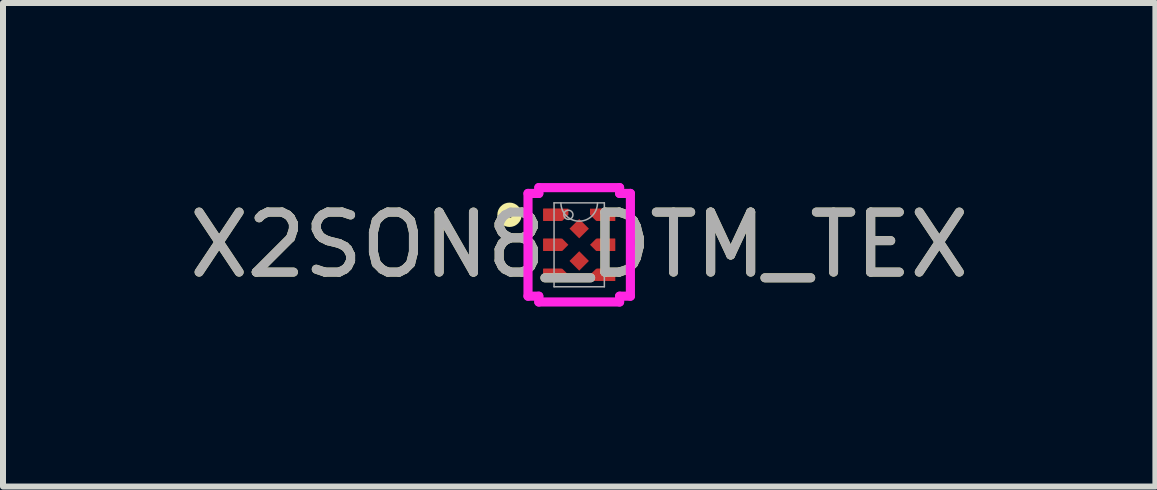
<source format=kicad_pcb>
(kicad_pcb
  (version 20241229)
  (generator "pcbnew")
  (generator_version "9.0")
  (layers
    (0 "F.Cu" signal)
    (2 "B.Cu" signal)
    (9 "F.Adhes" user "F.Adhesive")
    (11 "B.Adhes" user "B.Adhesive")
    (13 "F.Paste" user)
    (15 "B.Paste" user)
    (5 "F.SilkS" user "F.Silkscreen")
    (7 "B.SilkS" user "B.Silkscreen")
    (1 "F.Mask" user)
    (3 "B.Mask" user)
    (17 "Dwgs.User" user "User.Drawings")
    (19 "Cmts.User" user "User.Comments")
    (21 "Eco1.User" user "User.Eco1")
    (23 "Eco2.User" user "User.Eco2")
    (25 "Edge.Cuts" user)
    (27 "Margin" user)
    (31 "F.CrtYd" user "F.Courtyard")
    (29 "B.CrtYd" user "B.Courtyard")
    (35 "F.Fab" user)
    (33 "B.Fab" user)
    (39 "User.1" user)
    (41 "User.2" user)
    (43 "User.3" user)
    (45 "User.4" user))
  (footprint "X2SON8_DTM_TEX"
    (layer "F.Cu")
    (at 6.601 1.029)
    (property "Reference" "X2SON8_DTM_TEX" (at 0 0 0) (unlocked yes) (layer "F.SilkS") (effects (font (size 1 1) (thickness 0.15))))
    (attr smd)
    (fp_poly (pts (xy -0.599 -0.602) (xy -0.599 -0.399) (xy -0.282 -0.399) (xy -0.18 -0.5) (xy -0.18 -0.602)) (stroke (width 0) (type solid)) (fill yes) (layer "F.Cu"))
    (fp_poly (pts (xy -0.599 -0.102) (xy -0.599 0.102) (xy -0.282 0.102) (xy -0.18 0) (xy -0.282 -0.102)) (stroke (width 0) (type solid)) (fill yes) (layer "F.Cu"))
    (fp_poly (pts (xy -0.599 0.602) (xy -0.599 0.399) (xy -0.282 0.399) (xy -0.18 0.5) (xy -0.18 0.602)) (stroke (width 0) (type solid)) (fill yes) (layer "F.Cu"))
    (fp_poly (pts (xy 0.599 -0.602) (xy 0.599 -0.399) (xy 0.282 -0.399) (xy 0.18 -0.5) (xy 0.18 -0.602)) (stroke (width 0) (type solid)) (fill yes) (layer "F.Cu"))
    (fp_poly (pts (xy 0.599 -0.102) (xy 0.599 0.102) (xy 0.282 0.102) (xy 0.18 0) (xy 0.282 -0.102)) (stroke (width 0) (type solid)) (fill yes) (layer "F.Cu"))
    (fp_poly (pts (xy 0.599 0.602) (xy 0.599 0.399) (xy 0.282 0.399) (xy 0.18 0.5) (xy 0.18 0.602)) (stroke (width 0) (type solid)) (fill yes) (layer "F.Cu"))
    (fp_poly (pts (xy -0.599 -0.602) (xy -0.599 -0.399) (xy -0.282 -0.399) (xy -0.18 -0.5) (xy -0.18 -0.602)) (stroke (width 0) (type solid)) (fill yes) (layer "F.Mask"))
    (fp_poly (pts (xy -0.599 -0.102) (xy -0.599 0.102) (xy -0.282 0.102) (xy -0.18 0) (xy -0.282 -0.102)) (stroke (width 0) (type solid)) (fill yes) (layer "F.Mask"))
    (fp_poly (pts (xy -0.599 0.602) (xy -0.599 0.399) (xy -0.282 0.399) (xy -0.18 0.5) (xy -0.18 0.602)) (stroke (width 0) (type solid)) (fill yes) (layer "F.Mask"))
    (fp_poly (pts (xy 0.599 -0.602) (xy 0.599 -0.399) (xy 0.282 -0.399) (xy 0.18 -0.5) (xy 0.18 -0.602)) (stroke (width 0) (type solid)) (fill yes) (layer "F.Mask"))
    (fp_poly (pts (xy 0.599 -0.102) (xy 0.599 0.102) (xy 0.282 0.102) (xy 0.18 0) (xy 0.282 -0.102)) (stroke (width 0) (type solid)) (fill yes) (layer "F.Mask"))
    (fp_poly (pts (xy 0.599 0.602) (xy 0.599 0.399) (xy 0.282 0.399) (xy 0.18 0.5) (xy 0.18 0.602)) (stroke (width 0) (type solid)) (fill yes) (layer "F.Mask"))
    (fp_circle (center -1.161 -0.5) (end -1.034 -0.5) (stroke (width 0.152) (type solid)) (fill no) (layer "F.SilkS"))
    (fp_poly (pts (xy -0.599 -0.602) (xy -0.599 -0.399) (xy -0.282 -0.399) (xy -0.18 -0.5) (xy -0.18 -0.602)) (stroke (width 0) (type solid)) (fill yes) (layer "F.Paste"))
    (fp_poly (pts (xy -0.599 -0.102) (xy -0.599 0.102) (xy -0.282 0.102) (xy -0.18 0) (xy -0.282 -0.102)) (stroke (width 0) (type solid)) (fill yes) (layer "F.Paste"))
    (fp_poly (pts (xy -0.599 0.602) (xy -0.599 0.399) (xy -0.282 0.399) (xy -0.18 0.5) (xy -0.18 0.602)) (stroke (width 0) (type solid)) (fill yes) (layer "F.Paste"))
    (fp_poly (pts (xy 0.599 -0.602) (xy 0.599 -0.399) (xy 0.282 -0.399) (xy 0.18 -0.5) (xy 0.18 -0.602)) (stroke (width 0) (type solid)) (fill yes) (layer "F.Paste"))
    (fp_poly (pts (xy 0.599 -0.102) (xy 0.599 0.102) (xy 0.282 0.102) (xy 0.18 0) (xy 0.282 -0.102)) (stroke (width 0) (type solid)) (fill yes) (layer "F.Paste"))
    (fp_poly (pts (xy 0.599 0.602) (xy 0.599 0.399) (xy 0.282 0.399) (xy 0.18 0.5) (xy 0.18 0.602)) (stroke (width 0) (type solid)) (fill yes) (layer "F.Paste"))
    (fp_line (start -0.853 -0.856) (end -0.673 -0.856) (stroke (width 0.152) (type solid)) (layer "F.CrtYd"))
    (fp_line (start -0.853 0.856) (end -0.853 -0.856) (stroke (width 0.152) (type solid)) (layer "F.CrtYd"))
    (fp_line (start -0.853 0.856) (end -0.673 0.856) (stroke (width 0.152) (type solid)) (layer "F.CrtYd"))
    (fp_line (start -0.673 -0.953) (end 0.673 -0.953) (stroke (width 0.152) (type solid)) (layer "F.CrtYd"))
    (fp_line (start -0.673 -0.856) (end -0.673 -0.953) (stroke (width 0.152) (type solid)) (layer "F.CrtYd"))
    (fp_line (start -0.673 0.953) (end -0.673 0.856) (stroke (width 0.152) (type solid)) (layer "F.CrtYd"))
    (fp_line (start 0.673 -0.953) (end 0.673 -0.856) (stroke (width 0.152) (type solid)) (layer "F.CrtYd"))
    (fp_line (start 0.673 0.856) (end 0.673 0.953) (stroke (width 0.152) (type solid)) (layer "F.CrtYd"))
    (fp_line (start 0.673 0.953) (end -0.673 0.953) (stroke (width 0.152) (type solid)) (layer "F.CrtYd"))
    (fp_line (start 0.853 -0.856) (end 0.673 -0.856) (stroke (width 0.152) (type solid)) (layer "F.CrtYd"))
    (fp_line (start 0.853 -0.856) (end 0.853 0.856) (stroke (width 0.152) (type solid)) (layer "F.CrtYd"))
    (fp_line (start 0.853 0.856) (end 0.673 0.856) (stroke (width 0.152) (type solid)) (layer "F.CrtYd"))
    (fp_line (start -0.419 -0.699) (end -0.419 0.699) (stroke (width 0.025) (type solid)) (layer "F.Fab"))
    (fp_line (start -0.419 0.699) (end 0.419 0.699) (stroke (width 0.025) (type solid)) (layer "F.Fab"))
    (fp_line (start 0.419 -0.699) (end -0.419 -0.699) (stroke (width 0.025) (type solid)) (layer "F.Fab"))
    (fp_line (start 0.419 0.699) (end 0.419 -0.699) (stroke (width 0.025) (type solid)) (layer "F.Fab"))
    (fp_arc (start 0.3048 -0.6985) (mid 0 -0.3937) (end -0.3048 -0.6985) (stroke (width 0.0254) (type solid)) (layer "F.Fab"))
    (fp_circle (center -0.18 -0.5) (end -0.104 -0.5) (stroke (width 0.025) (type solid)) (fill no) (layer "F.Fab"))
    (fp_text user "${REFERENCE}" (at 0 0 0) (unlocked yes) (layer "F.Fab") (effects (font (size 1 1) (thickness 0.15))))
    (pad "1" smd rect (at -0.447 -0.5) (size 0.305 0.203) (layers "F.Cu" "F.Mask" "F.Paste"))
    (pad "2" smd rect (at -0.447 0) (size 0.305 0.203) (layers "F.Cu" "F.Mask" "F.Paste"))
    (pad "3" smd rect (at -0.447 0.5) (size 0.305 0.203) (layers "F.Cu" "F.Mask" "F.Paste"))
    (pad "4" smd rect (at 0 0.269 45) (size 0.229 0.229) (layers "F.Cu" "F.Mask" "F.Paste"))
    (pad "5" smd rect (at 0.447 0.5) (size 0.305 0.203) (layers "F.Cu" "F.Mask" "F.Paste"))
    (pad "6" smd rect (at 0.447 0) (size 0.305 0.203) (layers "F.Cu" "F.Mask" "F.Paste"))
    (pad "7" smd rect (at 0.447 -0.5) (size 0.305 0.203) (layers "F.Cu" "F.Mask" "F.Paste"))
    (pad "8" smd rect (at 0 -0.269 45) (size 0.229 0.229) (layers "F.Cu" "F.Mask" "F.Paste")))
  (gr_rect
    (start -3 -3)
    (end 16.202 5.057)
    (stroke (width 0.1) (type default))
    (fill no)
    (layer "Edge.Cuts")))
</source>
